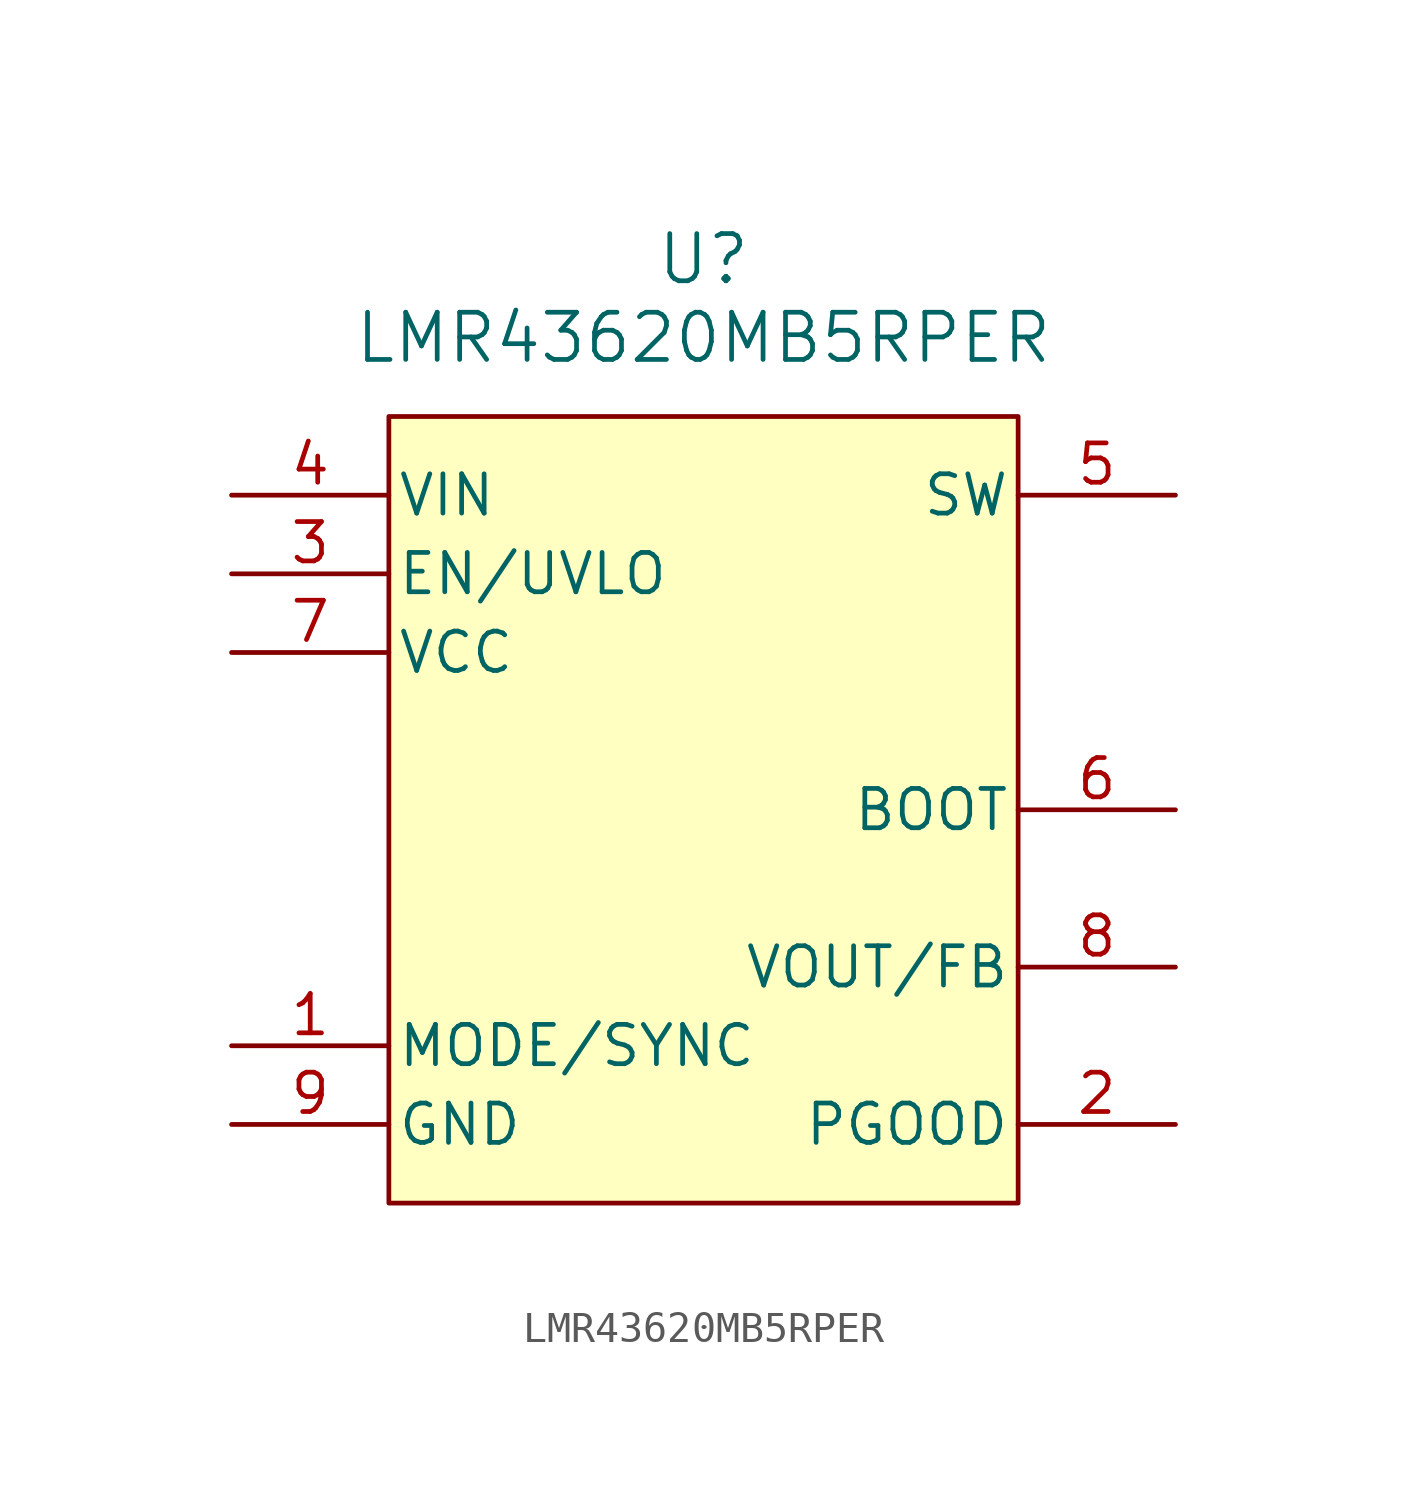
<source format=kicad_sym>
(kicad_symbol_lib
  (version 20220914)
  (generator kicad_symbol_editor)
  (symbol "LMR43620MB5RPER"
    (pin_names
      (offset 0.254))
    (property "Reference" "U"
      (at 0 17.78 0)
      (effects (font (size 1.524 1.524))))
    (property "Value" "LMR43620MB5RPER"
      (at 0 15.24 0)
      (effects (font (size 1.524 1.524))))
    (symbol "LMR43620MB5RPER_0_1"
      (pin unspecified line (at -15.24 -7.62 0) (length 5.08) (name "MODE/SYNC" (effects (font (size 1.27 1.27)))) (number "1" (effects (font (size 1.27 1.27)))))
      (pin unspecified line (at 15.24 -10.16 180) (length 5.08) (name "PGOOD" (effects (font (size 1.27 1.27)))) (number "2" (effects (font (size 1.27 1.27)))))
      (pin power_in line (at -15.24 10.16 0) (length 5.08) (name "VIN" (effects (font (size 1.27 1.27)))) (number "4" (effects (font (size 1.27 1.27)))))
      (pin power_in line (at 15.24 10.16 180) (length 5.08) (name "SW" (effects (font (size 1.27 1.27)))) (number "5" (effects (font (size 1.27 1.27)))))
      (pin power_in line (at 15.24 0 180) (length 5.08) (name "BOOT" (effects (font (size 1.27 1.27)))) (number "6" (effects (font (size 1.27 1.27)))))
      (pin power_in line (at -15.24 5.08 0) (length 5.08) (name "VCC" (effects (font (size 1.27 1.27)))) (number "7" (effects (font (size 1.27 1.27)))))
      (pin unspecified line (at 15.24 -5.08 180) (length 5.08) (name "VOUT/FB" (effects (font (size 1.27 1.27)))) (number "8" (effects (font (size 1.27 1.27)))))
      (pin power_out line (at -15.24 -10.16 0) (length 5.08) (name "GND" (effects (font (size 1.27 1.27)))) (number "9" (effects (font (size 1.27 1.27))))))
    (symbol "LMR43620MB5RPER_1_1"
      (rectangle (start -10.16 12.7) (end 10.16 -12.7) (stroke (width 0) (type default)) (fill (type background)))
      (pin unspecified line (at -15.24 7.62 0) (length 5.08) (name "EN/UVLO" (effects (font (size 1.27 1.27)))) (number "3" (effects (font (size 1.27 1.27))))))))
</source>
